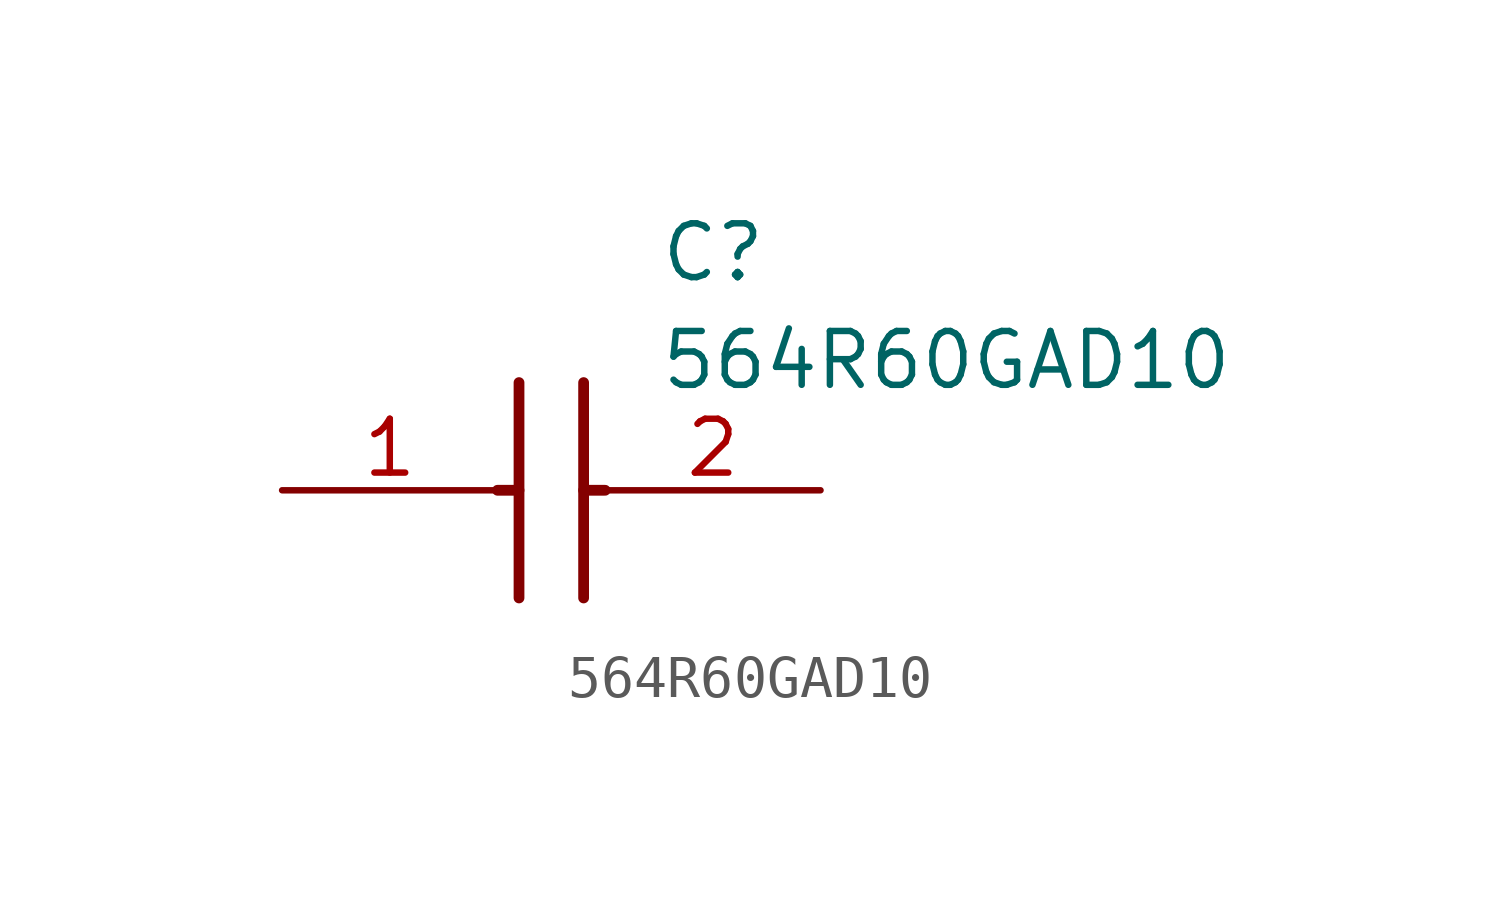
<source format=kicad_sym>
(kicad_symbol_lib
  (version 20211014)
  (generator SamacSys_ECAD_Model)
  (symbol "564R60GAD10"
    (pin_names hide)
    (property "Reference" "C"
      (at 8.89 6.35 0)
      (effects (font (size 1.27 1.27)) (justify left top)))
    (property "Value" "564R60GAD10"
      (at 8.89 3.81 0)
      (effects (font (size 1.27 1.27)) (justify left top)))
    (polyline
      (pts (xy 5.588 2.54) (xy 5.588 -2.54))
      (stroke (width 0.254) (type default))
      (fill (type none)))
    (polyline
      (pts (xy 7.112 2.54) (xy 7.112 -2.54))
      (stroke (width 0.254) (type default))
      (fill (type none)))
    (polyline
      (pts (xy 5.08 0) (xy 5.588 0))
      (stroke (width 0.254) (type default))
      (fill (type none)))
    (polyline
      (pts (xy 7.112 0) (xy 7.62 0))
      (stroke (width 0.254) (type default))
      (fill (type none)))
    (pin passive line
      (at 0 0 0)
      (length 5.08)
      (name "1" (effects (font (size 1.27 1.27))))
      (number "1" (effects (font (size 1.27 1.27)))))
    (pin passive line
      (at 12.7 0 180)
      (length 5.08)
      (name "2" (effects (font (size 1.27 1.27))))
      (number "2" (effects (font (size 1.27 1.27)))))))
</source>
